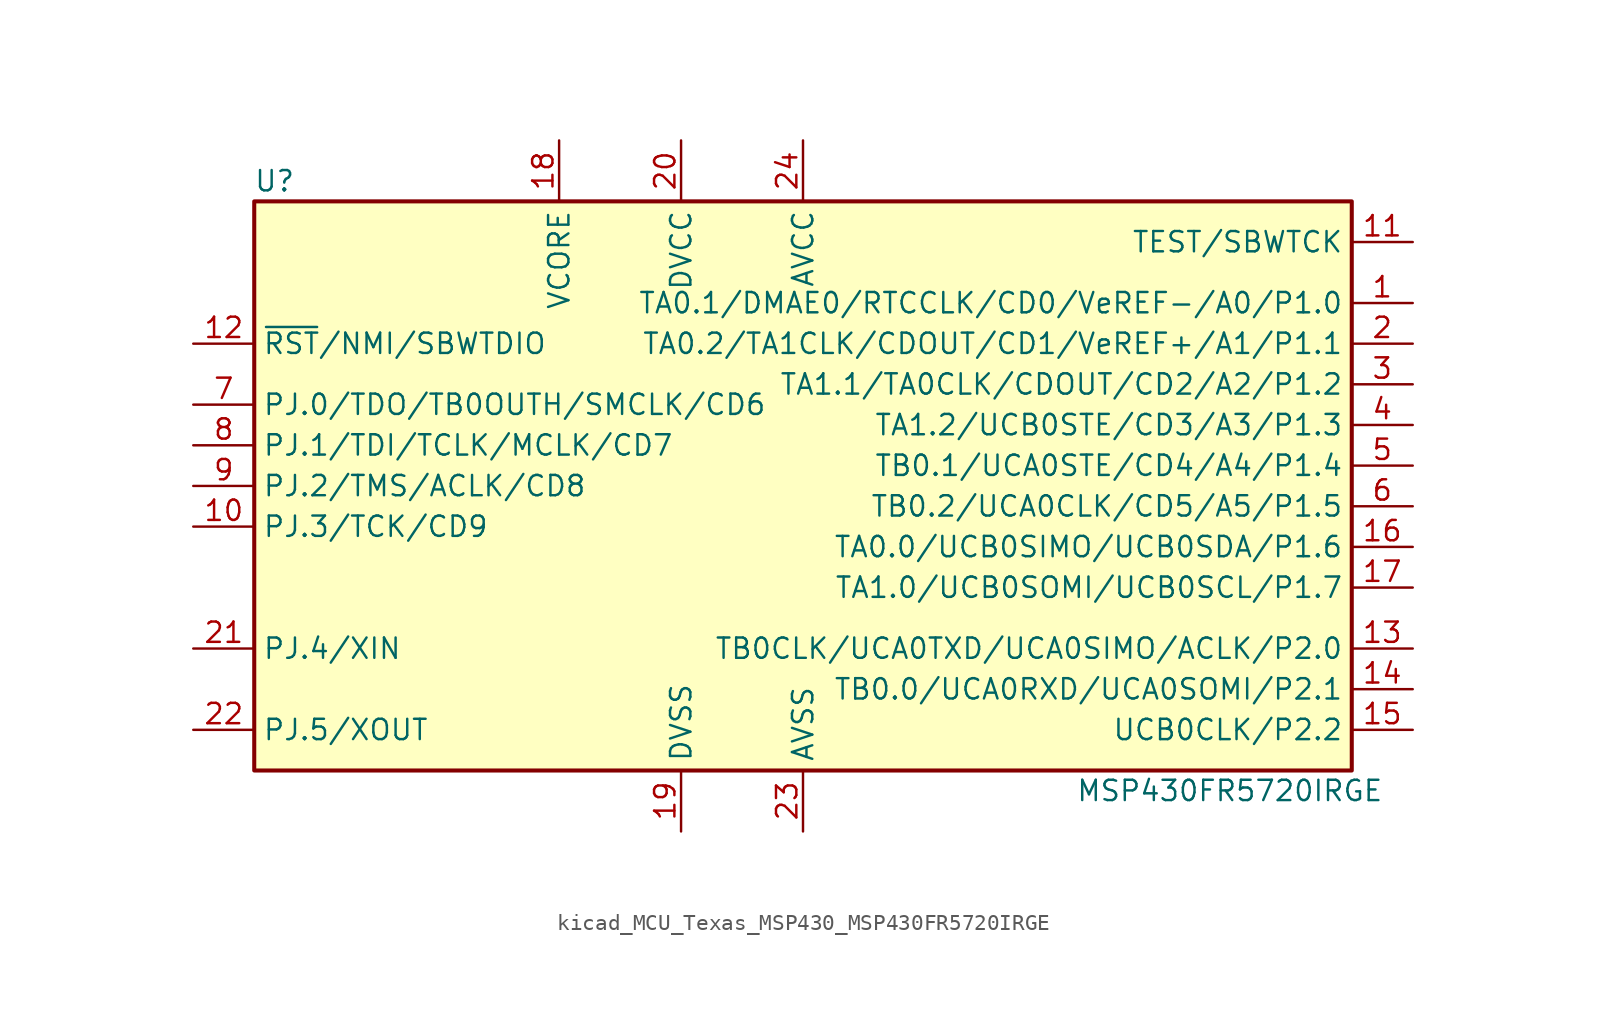
<source format=kicad_sym>
(kicad_symbol_lib
  (version 20220914)
  (generator kicad_symbol_editor)
  (symbol "kicad_MCU_Texas_MSP430_MSP430FR5720IRGE"
    (property "Reference" "U"
      (at -33.02 19.05 0)
      (effects (font (size 1.27 1.27))))
    (property "Value" "MSP430FR5720IRGE"
      (at 26.67 -19.05 0)
      (effects (font (size 1.27 1.27))))
    (symbol "kicad_MCU_Texas_MSP430_MSP430FR5720IRGE_0_1"
      (rectangle (start -34.29 17.78) (end 34.29 -17.78) (stroke (width 0.254) (type default)) (fill (type background))))
    (symbol "kicad_MCU_Texas_MSP430_MSP430FR5720IRGE_1_1"
      (pin bidirectional line (at 38.1 11.43 180) (length 3.81) (name "TA0.1/DMAE0/RTCCLK/CD0/VeREF-/A0/P1.0" (effects (font (size 1.27 1.27)))) (number "1" (effects (font (size 1.27 1.27)))))
      (pin bidirectional line (at -38.1 -2.54 0) (length 3.81) (name "PJ.3/TCK/CD9" (effects (font (size 1.27 1.27)))) (number "10" (effects (font (size 1.27 1.27)))))
      (pin input line (at 38.1 15.24 180) (length 3.81) (name "TEST/SBWTCK" (effects (font (size 1.27 1.27)))) (number "11" (effects (font (size 1.27 1.27)))))
      (pin input line (at -38.1 8.89 0) (length 3.81) (name "~{RST}/NMI/SBWTDIO" (effects (font (size 1.27 1.27)))) (number "12" (effects (font (size 1.27 1.27)))))
      (pin input line (at 38.1 -10.16 180) (length 3.81) (name "TB0CLK/UCA0TXD/UCA0SIMO/ACLK/P2.0" (effects (font (size 1.27 1.27)))) (number "13" (effects (font (size 1.27 1.27)))))
      (pin input line (at 38.1 -12.7 180) (length 3.81) (name "TB0.0/UCA0RXD/UCA0SOMI/P2.1" (effects (font (size 1.27 1.27)))) (number "14" (effects (font (size 1.27 1.27)))))
      (pin input line (at 38.1 -15.24 180) (length 3.81) (name "UCB0CLK/P2.2" (effects (font (size 1.27 1.27)))) (number "15" (effects (font (size 1.27 1.27)))))
      (pin input line (at 38.1 -3.81 180) (length 3.81) (name "TA0.0/UCB0SIMO/UCB0SDA/P1.6" (effects (font (size 1.27 1.27)))) (number "16" (effects (font (size 1.27 1.27)))))
      (pin input line (at 38.1 -6.35 180) (length 3.81) (name "TA1.0/UCB0SOMI/UCB0SCL/P1.7" (effects (font (size 1.27 1.27)))) (number "17" (effects (font (size 1.27 1.27)))))
      (pin input line (at -15.24 21.59 270) (length 3.81) (name "VCORE" (effects (font (size 1.27 1.27)))) (number "18" (effects (font (size 1.27 1.27)))))
      (pin power_in line (at -7.62 -21.59 90) (length 3.81) (name "DVSS" (effects (font (size 1.27 1.27)))) (number "19" (effects (font (size 1.27 1.27)))))
      (pin bidirectional line (at 38.1 8.89 180) (length 3.81) (name "TA0.2/TA1CLK/CDOUT/CD1/VeREF+/A1/P1.1" (effects (font (size 1.27 1.27)))) (number "2" (effects (font (size 1.27 1.27)))))
      (pin power_in line (at -7.62 21.59 270) (length 3.81) (name "DVCC" (effects (font (size 1.27 1.27)))) (number "20" (effects (font (size 1.27 1.27)))))
      (pin input line (at -38.1 -10.16 0) (length 3.81) (name "PJ.4/XIN" (effects (font (size 1.27 1.27)))) (number "21" (effects (font (size 1.27 1.27)))))
      (pin input line (at -38.1 -15.24 0) (length 3.81) (name "PJ.5/XOUT" (effects (font (size 1.27 1.27)))) (number "22" (effects (font (size 1.27 1.27)))))
      (pin power_in line (at 0 -21.59 90) (length 3.81) (name "AVSS" (effects (font (size 1.27 1.27)))) (number "23" (effects (font (size 1.27 1.27)))))
      (pin power_in line (at 0 21.59 270) (length 3.81) (name "AVCC" (effects (font (size 1.27 1.27)))) (number "24" (effects (font (size 1.27 1.27)))))
      (pin bidirectional line (at 38.1 6.35 180) (length 3.81) (name "TA1.1/TA0CLK/CDOUT/CD2/A2/P1.2" (effects (font (size 1.27 1.27)))) (number "3" (effects (font (size 1.27 1.27)))))
      (pin bidirectional line (at 38.1 3.81 180) (length 3.81) (name "TA1.2/UCB0STE/CD3/A3/P1.3" (effects (font (size 1.27 1.27)))) (number "4" (effects (font (size 1.27 1.27)))))
      (pin bidirectional line (at 38.1 1.27 180) (length 3.81) (name "TB0.1/UCA0STE/CD4/A4/P1.4" (effects (font (size 1.27 1.27)))) (number "5" (effects (font (size 1.27 1.27)))))
      (pin bidirectional line (at 38.1 -1.27 180) (length 3.81) (name "TB0.2/UCA0CLK/CD5/A5/P1.5" (effects (font (size 1.27 1.27)))) (number "6" (effects (font (size 1.27 1.27)))))
      (pin bidirectional line (at -38.1 5.08 0) (length 3.81) (name "PJ.0/TDO/TB0OUTH/SMCLK/CD6" (effects (font (size 1.27 1.27)))) (number "7" (effects (font (size 1.27 1.27)))))
      (pin bidirectional line (at -38.1 2.54 0) (length 3.81) (name "PJ.1/TDI/TCLK/MCLK/CD7" (effects (font (size 1.27 1.27)))) (number "8" (effects (font (size 1.27 1.27)))))
      (pin bidirectional line (at -38.1 0 0) (length 3.81) (name "PJ.2/TMS/ACLK/CD8" (effects (font (size 1.27 1.27)))) (number "9" (effects (font (size 1.27 1.27))))))))
</source>
